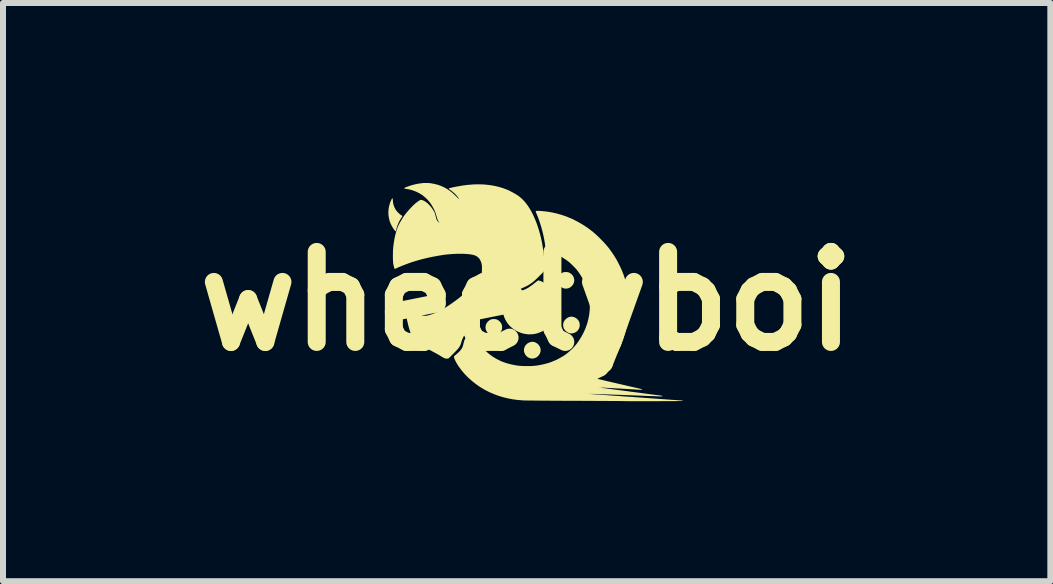
<source format=kicad_pcb>
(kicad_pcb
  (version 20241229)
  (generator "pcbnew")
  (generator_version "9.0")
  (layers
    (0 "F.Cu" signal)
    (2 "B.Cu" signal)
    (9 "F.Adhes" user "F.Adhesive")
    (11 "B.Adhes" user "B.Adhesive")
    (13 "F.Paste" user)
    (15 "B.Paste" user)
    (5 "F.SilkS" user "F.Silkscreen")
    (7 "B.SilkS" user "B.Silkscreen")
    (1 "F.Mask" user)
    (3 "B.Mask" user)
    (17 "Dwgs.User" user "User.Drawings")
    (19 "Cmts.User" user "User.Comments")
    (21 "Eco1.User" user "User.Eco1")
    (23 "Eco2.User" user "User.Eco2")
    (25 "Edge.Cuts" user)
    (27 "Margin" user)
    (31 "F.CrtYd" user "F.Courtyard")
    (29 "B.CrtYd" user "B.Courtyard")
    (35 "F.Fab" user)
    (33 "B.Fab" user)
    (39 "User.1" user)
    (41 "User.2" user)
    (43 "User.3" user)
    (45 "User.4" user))
  (footprint "wheelyboi"
    (layer "F.Cu")
    (at 5.729 1.971)
    (property "Reference" "wheelyboi" (at 0 0 0) (layer "F.SilkS") (effects (font (size 1.5 1.5) (thickness 0.3))))
    (attr board_only exclude_from_pos_files exclude_from_bom)
    (fp_poly (pts (xy 0.122 0.679) (xy 0.148 0.688) (xy 0.173 0.703) (xy 0.188 0.715) (xy 0.205 0.735) (xy 0.219 0.757) (xy 0.228 0.782) (xy 0.232 0.807) (xy 0.232 0.832) (xy 0.231 0.836) (xy 0.222 0.865) (xy 0.209 0.891) (xy 0.191 0.912) (xy 0.17 0.931) (xy 0.146 0.944) (xy 0.119 0.952) (xy 0.105 0.955) (xy 0.094 0.956) (xy 0.083 0.955) (xy 0.07 0.953) (xy 0.063 0.952) (xy 0.037 0.943) (xy 0.013 0.929) (xy -0.008 0.91) (xy -0.025 0.888) (xy -0.037 0.863) (xy -0.045 0.835) (xy -0.045 0.835) (xy -0.046 0.806) (xy -0.041 0.779) (xy -0.031 0.753) (xy -0.014 0.729) (xy -0.006 0.72) (xy 0.017 0.701) (xy 0.042 0.687) (xy 0.068 0.679) (xy 0.095 0.676)) (stroke (width 0) (type solid)) (fill yes) (layer "F.SilkS"))
    (fp_poly (pts (xy 0.776 0.261) (xy 0.802 0.27) (xy 0.825 0.284) (xy 0.844 0.299) (xy 0.862 0.321) (xy 0.875 0.344) (xy 0.882 0.37) (xy 0.884 0.396) (xy 0.882 0.424) (xy 0.875 0.448) (xy 0.863 0.471) (xy 0.845 0.494) (xy 0.823 0.512) (xy 0.797 0.526) (xy 0.77 0.534) (xy 0.767 0.535) (xy 0.754 0.536) (xy 0.745 0.537) (xy 0.736 0.536) (xy 0.725 0.535) (xy 0.716 0.533) (xy 0.693 0.525) (xy 0.672 0.513) (xy 0.651 0.496) (xy 0.647 0.492) (xy 0.63 0.472) (xy 0.618 0.451) (xy 0.611 0.427) (xy 0.609 0.419) (xy 0.607 0.39) (xy 0.611 0.363) (xy 0.621 0.337) (xy 0.637 0.313) (xy 0.652 0.297) (xy 0.673 0.28) (xy 0.695 0.268) (xy 0.721 0.26) (xy 0.725 0.259) (xy 0.75 0.257)) (stroke (width 0) (type solid)) (fill yes) (layer "F.SilkS"))
    (fp_poly (pts (xy -0.541 0.297) (xy -0.514 0.3) (xy -0.492 0.307) (xy -0.471 0.319) (xy -0.451 0.337) (xy -0.45 0.337) (xy -0.432 0.359) (xy -0.419 0.381) (xy -0.412 0.406) (xy -0.41 0.423) (xy -0.41 0.451) (xy -0.415 0.476) (xy -0.424 0.498) (xy -0.439 0.519) (xy -0.45 0.531) (xy -0.471 0.55) (xy -0.494 0.563) (xy -0.518 0.571) (xy -0.523 0.572) (xy -0.537 0.574) (xy -0.548 0.575) (xy -0.559 0.574) (xy -0.573 0.571) (xy -0.577 0.57) (xy -0.604 0.562) (xy -0.627 0.548) (xy -0.648 0.53) (xy -0.664 0.509) (xy -0.677 0.485) (xy -0.685 0.459) (xy -0.687 0.432) (xy -0.685 0.414) (xy -0.677 0.385) (xy -0.664 0.36) (xy -0.645 0.338) (xy -0.643 0.336) (xy -0.623 0.319) (xy -0.603 0.307) (xy -0.583 0.3) (xy -0.56 0.297)) (stroke (width 0) (type solid)) (fill yes) (layer "F.SilkS"))
    (fp_poly (pts (xy 0.669 -0.486) (xy 0.68 -0.485) (xy 0.689 -0.484) (xy 0.696 -0.482) (xy 0.705 -0.478) (xy 0.713 -0.474) (xy 0.737 -0.459) (xy 0.758 -0.44) (xy 0.774 -0.418) (xy 0.785 -0.393) (xy 0.792 -0.367) (xy 0.793 -0.34) (xy 0.788 -0.313) (xy 0.784 -0.302) (xy 0.772 -0.277) (xy 0.754 -0.255) (xy 0.733 -0.236) (xy 0.708 -0.222) (xy 0.701 -0.219) (xy 0.684 -0.214) (xy 0.664 -0.211) (xy 0.643 -0.211) (xy 0.626 -0.212) (xy 0.625 -0.213) (xy 0.601 -0.221) (xy 0.577 -0.234) (xy 0.556 -0.252) (xy 0.554 -0.254) (xy 0.537 -0.275) (xy 0.526 -0.295) (xy 0.519 -0.317) (xy 0.516 -0.341) (xy 0.516 -0.359) (xy 0.517 -0.375) (xy 0.52 -0.387) (xy 0.524 -0.399) (xy 0.527 -0.407) (xy 0.541 -0.43) (xy 0.56 -0.451) (xy 0.581 -0.468) (xy 0.596 -0.476) (xy 0.606 -0.48) (xy 0.614 -0.483) (xy 0.622 -0.485) (xy 0.632 -0.486) (xy 0.646 -0.486) (xy 0.653 -0.486)) (stroke (width 0) (type solid)) (fill yes) (layer "F.SilkS"))
    (fp_poly (pts (xy -2.235 -1.713) (xy -2.233 -1.703) (xy -2.232 -1.688) (xy -2.231 -1.681) (xy -2.227 -1.64) (xy -2.218 -1.602) (xy -2.205 -1.566) (xy -2.186 -1.531) (xy -2.174 -1.513) (xy -2.159 -1.494) (xy -2.141 -1.475) (xy -2.121 -1.456) (xy -2.102 -1.441) (xy -2.09 -1.433) (xy -2.079 -1.427) (xy -2.073 -1.421) (xy -2.071 -1.418) (xy -2.074 -1.414) (xy -2.079 -1.406) (xy -2.086 -1.395) (xy -2.095 -1.383) (xy -2.095 -1.382) (xy -2.119 -1.342) (xy -2.141 -1.298) (xy -2.158 -1.251) (xy -2.172 -1.206) (xy -2.174 -1.195) (xy -2.177 -1.18) (xy -2.181 -1.171) (xy -2.184 -1.166) (xy -2.188 -1.167) (xy -2.193 -1.171) (xy -2.196 -1.175) (xy -2.215 -1.2) (xy -2.234 -1.229) (xy -2.252 -1.261) (xy -2.268 -1.293) (xy -2.28 -1.325) (xy -2.283 -1.332) (xy -2.296 -1.383) (xy -2.304 -1.435) (xy -2.306 -1.488) (xy -2.302 -1.54) (xy -2.292 -1.592) (xy -2.277 -1.643) (xy -2.256 -1.691) (xy -2.254 -1.696) (xy -2.247 -1.708) (xy -2.241 -1.715) (xy -2.238 -1.717)) (stroke (width 0) (type solid)) (fill yes) (layer "F.SilkS"))
    (fp_poly (pts (xy 0.204 -0.345) (xy 0.217 -0.342) (xy 0.233 -0.336) (xy 0.249 -0.329) (xy 0.265 -0.321) (xy 0.27 -0.318) (xy 0.314 -0.29) (xy 0.354 -0.257) (xy 0.39 -0.219) (xy 0.422 -0.178) (xy 0.449 -0.133) (xy 0.47 -0.084) (xy 0.48 -0.056) (xy 0.489 -0.023) (xy 0.496 0.014) (xy 0.501 0.052) (xy 0.503 0.091) (xy 0.503 0.128) (xy 0.501 0.162) (xy 0.497 0.188) (xy 0.484 0.237) (xy 0.465 0.285) (xy 0.441 0.33) (xy 0.412 0.372) (xy 0.379 0.41) (xy 0.341 0.445) (xy 0.301 0.476) (xy 0.257 0.502) (xy 0.21 0.523) (xy 0.161 0.539) (xy 0.13 0.545) (xy 0.111 0.548) (xy 0.088 0.55) (xy 0.064 0.551) (xy 0.04 0.552) (xy 0.019 0.551) (xy 0.008 0.55) (xy -0.048 0.541) (xy -0.1 0.526) (xy -0.149 0.506) (xy -0.196 0.481) (xy -0.238 0.451) (xy -0.277 0.417) (xy -0.312 0.377) (xy -0.333 0.347) (xy -0.357 0.306) (xy -0.376 0.262) (xy -0.391 0.214) (xy -0.399 0.177) (xy -0.4 0.162) (xy -0.402 0.144) (xy -0.402 0.123) (xy -0.403 0.101) (xy -0.402 0.079) (xy -0.402 0.059) (xy -0.4 0.041) (xy -0.399 0.028) (xy -0.397 0.021) (xy -0.395 0.017) (xy -0.393 0.013) (xy -0.389 0.008) (xy -0.382 0.002) (xy -0.374 -0.005) (xy -0.362 -0.014) (xy -0.346 -0.025) (xy -0.326 -0.039) (xy -0.307 -0.052) (xy -0.257 -0.086) (xy -0.21 -0.115) (xy -0.167 -0.139) (xy -0.126 -0.159) (xy -0.089 -0.175) (xy -0.068 -0.183) (xy -0.046 -0.19) (xy -0.025 -0.199) (xy -0.005 -0.208) (xy 0.015 -0.219) (xy 0.037 -0.232) (xy 0.059 -0.248) (xy 0.085 -0.266) (xy 0.113 -0.287) (xy 0.145 -0.313) (xy 0.149 -0.316) (xy 0.167 -0.33) (xy 0.18 -0.34) (xy 0.19 -0.345) (xy 0.195 -0.347)) (stroke (width 0) (type solid)) (fill yes) (layer "F.SilkS"))
    (fp_poly (pts (xy -1.677 -1.971) (xy -1.658 -1.971) (xy -1.639 -1.97) (xy -1.622 -1.969) (xy -1.607 -1.968) (xy -1.597 -1.966) (xy -1.536 -1.955) (xy -1.478 -1.94) (xy -1.423 -1.92) (xy -1.372 -1.896) (xy -1.337 -1.877) (xy -1.304 -1.856) (xy -1.272 -1.833) (xy -1.24 -1.808) (xy -1.208 -1.779) (xy -1.173 -1.745) (xy -1.172 -1.745) (xy -1.155 -1.727) (xy -1.142 -1.715) (xy -1.133 -1.707) (xy -1.128 -1.703) (xy -1.127 -1.703) (xy -1.129 -1.708) (xy -1.134 -1.716) (xy -1.143 -1.729) (xy -1.146 -1.734) (xy -1.171 -1.765) (xy -1.201 -1.796) (xy -1.237 -1.827) (xy -1.274 -1.855) (xy -1.287 -1.864) (xy -1.296 -1.872) (xy -1.299 -1.877) (xy -1.299 -1.878) (xy -1.296 -1.882) (xy -1.286 -1.886) (xy -1.275 -1.888) (xy -1.259 -1.892) (xy -1.238 -1.897) (xy -1.214 -1.902) (xy -1.189 -1.907) (xy -1.163 -1.912) (xy -1.139 -1.916) (xy -1.117 -1.92) (xy -1.1 -1.923) (xy -1.097 -1.924) (xy -1.081 -1.926) (xy -1.065 -1.929) (xy -1.051 -1.931) (xy -1.045 -1.931) (xy -1.035 -1.933) (xy -1.021 -1.935) (xy -1.003 -1.937) (xy -0.985 -1.939) (xy -0.983 -1.939) (xy -0.889 -1.947) (xy -0.798 -1.949) (xy -0.71 -1.946) (xy -0.624 -1.937) (xy -0.541 -1.924) (xy -0.46 -1.905) (xy -0.383 -1.881) (xy -0.309 -1.852) (xy -0.239 -1.817) (xy -0.171 -1.778) (xy -0.133 -1.752) (xy -0.093 -1.72) (xy -0.054 -1.682) (xy -0.016 -1.639) (xy 0.02 -1.59) (xy 0.054 -1.537) (xy 0.087 -1.479) (xy 0.117 -1.416) (xy 0.146 -1.35) (xy 0.173 -1.28) (xy 0.197 -1.207) (xy 0.219 -1.131) (xy 0.239 -1.052) (xy 0.256 -0.97) (xy 0.27 -0.886) (xy 0.281 -0.801) (xy 0.29 -0.714) (xy 0.292 -0.684) (xy 0.293 -0.66) (xy 0.295 -0.634) (xy 0.296 -0.609) (xy 0.298 -0.585) (xy 0.298 -0.566) (xy 0.298 -0.565) (xy 0.3 -0.516) (xy 0.284 -0.496) (xy 0.274 -0.485) (xy 0.261 -0.471) (xy 0.245 -0.454) (xy 0.226 -0.435) (xy 0.207 -0.416) (xy 0.187 -0.396) (xy 0.167 -0.377) (xy 0.149 -0.36) (xy 0.132 -0.345) (xy 0.119 -0.333) (xy 0.113 -0.327) (xy 0.088 -0.308) (xy 0.064 -0.292) (xy 0.04 -0.276) (xy 0.015 -0.261) (xy -0.013 -0.247) (xy -0.043 -0.233) (xy -0.078 -0.217) (xy -0.107 -0.205) (xy -0.136 -0.193) (xy -0.16 -0.183) (xy -0.182 -0.173) (xy -0.202 -0.163) (xy -0.221 -0.153) (xy -0.24 -0.143) (xy -0.259 -0.131) (xy -0.28 -0.118) (xy -0.302 -0.103) (xy -0.328 -0.085) (xy -0.358 -0.064) (xy -0.369 -0.057) (xy -0.453 0.004) (xy -0.532 0.063) (xy -0.607 0.121) (xy -0.677 0.179) (xy -0.742 0.234) (xy -0.802 0.289) (xy -0.856 0.342) (xy -0.905 0.393) (xy -0.949 0.442) (xy -0.977 0.477) (xy -1.007 0.517) (xy -1.033 0.556) (xy -1.054 0.593) (xy -1.071 0.63) (xy -1.085 0.667) (xy -1.091 0.688) (xy -1.101 0.719) (xy -1.113 0.747) (xy -1.13 0.773) (xy -1.137 0.783) (xy -1.143 0.79) (xy -1.152 0.801) (xy -1.165 0.814) (xy -1.179 0.829) (xy -1.195 0.846) (xy -1.212 0.863) (xy -1.229 0.88) (xy -1.245 0.897) (xy -1.261 0.913) (xy -1.275 0.927) (xy -1.287 0.938) (xy -1.296 0.947) (xy -1.302 0.952) (xy -1.303 0.952) (xy -1.311 0.954) (xy -1.323 0.956) (xy -1.337 0.956) (xy -1.35 0.955) (xy -1.361 0.953) (xy -1.367 0.951) (xy -1.375 0.948) (xy -1.387 0.941) (xy -1.402 0.932) (xy -1.422 0.921) (xy -1.446 0.906) (xy -1.467 0.893) (xy -1.48 0.886) (xy -1.497 0.877) (xy -1.515 0.866) (xy -1.534 0.856) (xy -1.545 0.851) (xy -1.602 0.82) (xy -1.656 0.79) (xy -1.705 0.76) (xy -1.749 0.732) (xy -1.789 0.704) (xy -1.824 0.678) (xy -1.854 0.653) (xy -1.878 0.629) (xy -1.897 0.607) (xy -1.911 0.587) (xy -1.912 0.584) (xy -1.924 0.558) (xy -1.935 0.529) (xy -1.947 0.495) (xy -1.959 0.456) (xy -1.971 0.413) (xy -1.983 0.363) (xy -1.996 0.308) (xy -2.003 0.275) (xy -2.008 0.254) (xy -2.012 0.235) (xy -2.016 0.217) (xy -2.019 0.204) (xy -2.021 0.195) (xy -2.022 0.192) (xy -2.025 0.176) (xy -2.024 0.165) (xy -2.02 0.156) (xy -2.018 0.154) (xy -2.009 0.147) (xy -1.995 0.14) (xy -1.98 0.132) (xy -1.963 0.126) (xy -1.954 0.123) (xy -1.943 0.121) (xy -1.933 0.12) (xy -1.924 0.12) (xy -1.914 0.124) (xy -1.902 0.129) (xy -1.889 0.138) (xy -1.873 0.151) (xy -1.852 0.167) (xy -1.852 0.167) (xy -1.825 0.188) (xy -1.802 0.205) (xy -1.781 0.218) (xy -1.762 0.228) (xy -1.749 0.233) (xy -1.737 0.238) (xy -1.726 0.24) (xy -1.713 0.242) (xy -1.697 0.242) (xy -1.697 0.242) (xy -1.685 0.242) (xy -1.675 0.242) (xy -1.666 0.24) (xy -1.655 0.238) (xy -1.642 0.235) (xy -1.626 0.231) (xy -1.61 0.226) (xy -1.564 0.211) (xy -1.516 0.191) (xy -1.465 0.167) (xy -1.412 0.138) (xy -1.356 0.106) (xy -1.3 0.07) (xy -1.242 0.031) (xy -1.184 -0.011) (xy -1.126 -0.055) (xy -1.068 -0.102) (xy -1.012 -0.15) (xy -0.956 -0.201) (xy -0.91 -0.245) (xy -0.882 -0.273) (xy -0.858 -0.297) (xy -0.838 -0.319) (xy -0.82 -0.339) (xy -0.805 -0.357) (xy -0.791 -0.375) (xy -0.786 -0.381) (xy -0.774 -0.398) (xy -0.765 -0.414) (xy -0.758 -0.431) (xy -0.753 -0.448) (xy -0.749 -0.468) (xy -0.747 -0.491) (xy -0.746 -0.519) (xy -0.746 -0.542) (xy -0.746 -0.564) (xy -0.746 -0.58) (xy -0.747 -0.593) (xy -0.748 -0.604) (xy -0.75 -0.614) (xy -0.752 -0.624) (xy -0.754 -0.632) (xy -0.766 -0.667) (xy -0.781 -0.697) (xy -0.8 -0.722) (xy -0.823 -0.742) (xy -0.85 -0.758) (xy -0.872 -0.767) (xy -0.899 -0.774) (xy -0.932 -0.78) (xy -0.969 -0.785) (xy -1.01 -0.788) (xy -1.055 -0.791) (xy -1.102 -0.791) (xy -1.152 -0.791) (xy -1.203 -0.789) (xy -1.254 -0.786) (xy -1.305 -0.782) (xy -1.356 -0.777) (xy -1.389 -0.772) (xy -1.476 -0.758) (xy -1.563 -0.742) (xy -1.649 -0.724) (xy -1.733 -0.704) (xy -1.813 -0.682) (xy -1.889 -0.659) (xy -1.921 -0.649) (xy -1.957 -0.636) (xy -1.995 -0.622) (xy -2.031 -0.609) (xy -2.063 -0.596) (xy -2.067 -0.595) (xy -2.088 -0.586) (xy -2.105 -0.579) (xy -2.121 -0.573) (xy -2.137 -0.566) (xy -2.154 -0.558) (xy -2.175 -0.548) (xy -2.187 -0.543) (xy -2.195 -0.54) (xy -2.199 -0.54) (xy -2.202 -0.541) (xy -2.205 -0.546) (xy -2.208 -0.557) (xy -2.212 -0.571) (xy -2.216 -0.587) (xy -2.22 -0.605) (xy -2.224 -0.624) (xy -2.226 -0.636) (xy -2.227 -0.65) (xy -2.228 -0.67) (xy -2.229 -0.694) (xy -2.23 -0.72) (xy -2.23 -0.749) (xy -2.23 -0.779) (xy -2.229 -0.808) (xy -2.229 -0.837) (xy -2.227 -0.863) (xy -2.226 -0.886) (xy -2.224 -0.904) (xy -2.224 -0.905) (xy -2.215 -0.975) (xy -2.204 -1.04) (xy -2.192 -1.098) (xy -2.178 -1.152) (xy -2.163 -1.2) (xy -2.147 -1.243) (xy -2.137 -1.265) (xy -2.126 -1.288) (xy -2.112 -1.313) (xy -2.095 -1.341) (xy -2.078 -1.37) (xy -2.06 -1.398) (xy -2.043 -1.424) (xy -2.027 -1.446) (xy -2.021 -1.453) (xy -1.994 -1.487) (xy -1.965 -1.52) (xy -1.936 -1.552) (xy -1.907 -1.582) (xy -1.879 -1.609) (xy -1.851 -1.634) (xy -1.825 -1.654) (xy -1.802 -1.671) (xy -1.781 -1.683) (xy -1.781 -1.684) (xy -1.771 -1.688) (xy -1.764 -1.69) (xy -1.756 -1.689) (xy -1.749 -1.688) (xy -1.723 -1.679) (xy -1.696 -1.665) (xy -1.668 -1.646) (xy -1.641 -1.622) (xy -1.614 -1.594) (xy -1.588 -1.563) (xy -1.564 -1.528) (xy -1.555 -1.514) (xy -1.547 -1.5) (xy -1.54 -1.487) (xy -1.534 -1.475) (xy -1.529 -1.461) (xy -1.525 -1.445) (xy -1.519 -1.424) (xy -1.515 -1.406) (xy -1.508 -1.38) (xy -1.5 -1.359) (xy -1.491 -1.343) (xy -1.481 -1.329) (xy -1.476 -1.324) (xy -1.468 -1.317) (xy -1.462 -1.312) (xy -1.458 -1.309) (xy -1.457 -1.31) (xy -1.459 -1.314) (xy -1.46 -1.315) (xy -1.469 -1.328) (xy -1.478 -1.346) (xy -1.488 -1.368) (xy -1.496 -1.393) (xy -1.503 -1.416) (xy -1.51 -1.442) (xy -1.517 -1.465) (xy -1.524 -1.484) (xy -1.532 -1.503) (xy -1.54 -1.522) (xy -1.547 -1.536) (xy -1.577 -1.591) (xy -1.61 -1.641) (xy -1.647 -1.686) (xy -1.119 -1.686) (xy -1.117 -1.685) (xy -1.116 -1.686) (xy -1.117 -1.688) (xy -1.119 -1.686) (xy -1.647 -1.686) (xy -1.647 -1.686) (xy -1.688 -1.727) (xy -1.734 -1.764) (xy -1.753 -1.778) (xy -1.797 -1.804) (xy -1.845 -1.827) (xy -1.896 -1.847) (xy -1.948 -1.862) (xy -1.999 -1.871) (xy -2.005 -1.872) (xy -2.021 -1.875) (xy -2.033 -1.877) (xy -2.04 -1.88) (xy -2.042 -1.883) (xy -2.04 -1.887) (xy -2.032 -1.892) (xy -2.019 -1.898) (xy -2.001 -1.905) (xy -1.977 -1.914) (xy -1.953 -1.922) (xy -1.925 -1.931) (xy -1.895 -1.94) (xy -1.865 -1.947) (xy -1.836 -1.954) (xy -1.808 -1.959) (xy -1.784 -1.963) (xy -1.764 -1.965) (xy -1.755 -1.966) (xy -1.746 -1.967) (xy -1.74 -1.968) (xy -1.739 -1.969) (xy -1.735 -1.97) (xy -1.725 -1.971) (xy -1.712 -1.971) (xy -1.696 -1.971)) (stroke (width 0) (type solid)) (fill yes) (layer "F.SilkS"))
    (fp_poly (pts (xy 0.2 -1.506) (xy 0.223 -1.505) (xy 0.247 -1.503) (xy 0.274 -1.501) (xy 0.301 -1.498) (xy 0.329 -1.495) (xy 0.356 -1.491) (xy 0.382 -1.487) (xy 0.406 -1.483) (xy 0.414 -1.482) (xy 0.453 -1.473) (xy 0.494 -1.464) (xy 0.534 -1.453) (xy 0.575 -1.441) (xy 0.613 -1.429) (xy 0.648 -1.417) (xy 0.68 -1.405) (xy 0.702 -1.395) (xy 0.709 -1.392) (xy 0.714 -1.391) (xy 0.714 -1.391) (xy 0.719 -1.389) (xy 0.729 -1.385) (xy 0.743 -1.379) (xy 0.76 -1.371) (xy 0.779 -1.362) (xy 0.8 -1.351) (xy 0.821 -1.34) (xy 0.843 -1.329) (xy 0.864 -1.317) (xy 0.883 -1.307) (xy 0.9 -1.297) (xy 0.908 -1.292) (xy 0.965 -1.257) (xy 1.018 -1.221) (xy 1.068 -1.184) (xy 1.115 -1.146) (xy 1.163 -1.104) (xy 1.212 -1.058) (xy 1.228 -1.041) (xy 1.267 -1.002) (xy 1.301 -0.965) (xy 1.333 -0.929) (xy 1.362 -0.894) (xy 1.39 -0.857) (xy 1.418 -0.817) (xy 1.436 -0.791) (xy 1.457 -0.76) (xy 1.474 -0.732) (xy 1.49 -0.706) (xy 1.505 -0.679) (xy 1.52 -0.651) (xy 1.536 -0.619) (xy 1.544 -0.605) (xy 1.561 -0.569) (xy 1.576 -0.536) (xy 1.59 -0.505) (xy 1.602 -0.474) (xy 1.614 -0.443) (xy 1.626 -0.408) (xy 1.638 -0.37) (xy 1.644 -0.352) (xy 1.654 -0.315) (xy 1.665 -0.273) (xy 1.674 -0.228) (xy 1.683 -0.181) (xy 1.691 -0.134) (xy 1.696 -0.098) (xy 1.701 -0.048) (xy 1.704 0.007) (xy 1.705 0.064) (xy 1.704 0.123) (xy 1.701 0.182) (xy 1.697 0.241) (xy 1.69 0.297) (xy 1.683 0.349) (xy 1.675 0.388) (xy 1.673 0.398) (xy 1.67 0.411) (xy 1.667 0.425) (xy 1.661 0.452) (xy 1.653 0.483) (xy 1.645 0.515) (xy 1.637 0.543) (xy 1.608 0.637) (xy 1.573 0.728) (xy 1.534 0.815) (xy 1.491 0.899) (xy 1.444 0.978) (xy 1.393 1.053) (xy 1.338 1.123) (xy 1.3 1.165) (xy 1.279 1.188) (xy 1.255 1.212) (xy 1.23 1.235) (xy 1.207 1.256) (xy 1.186 1.274) (xy 1.184 1.276) (xy 1.175 1.283) (xy 1.17 1.288) (xy 1.169 1.291) (xy 1.171 1.292) (xy 1.173 1.292) (xy 1.178 1.293) (xy 1.188 1.296) (xy 1.202 1.299) (xy 1.219 1.303) (xy 1.233 1.306) (xy 1.253 1.311) (xy 1.273 1.316) (xy 1.291 1.32) (xy 1.306 1.324) (xy 1.313 1.325) (xy 1.332 1.33) (xy 1.358 1.336) (xy 1.389 1.343) (xy 1.425 1.351) (xy 1.465 1.361) (xy 1.469 1.361) (xy 1.517 1.373) (xy 1.562 1.383) (xy 1.59 1.389) (xy 1.605 1.393) (xy 1.621 1.397) (xy 1.629 1.398) (xy 1.641 1.401) (xy 1.656 1.405) (xy 1.673 1.409) (xy 1.683 1.411) (xy 1.698 1.415) (xy 1.713 1.418) (xy 1.724 1.421) (xy 1.73 1.422) (xy 1.739 1.424) (xy 1.751 1.427) (xy 1.766 1.43) (xy 1.771 1.431) (xy 1.787 1.435) (xy 1.806 1.439) (xy 1.824 1.443) (xy 1.831 1.445) (xy 1.849 1.449) (xy 1.867 1.453) (xy 1.883 1.457) (xy 1.889 1.458) (xy 1.902 1.461) (xy 1.912 1.465) (xy 1.919 1.468) (xy 1.92 1.469) (xy 1.925 1.472) (xy 1.927 1.473) (xy 1.928 1.474) (xy 1.927 1.475) (xy 1.923 1.475) (xy 1.919 1.475) (xy 1.91 1.475) (xy 1.9 1.475) (xy 1.889 1.475) (xy 1.874 1.475) (xy 1.856 1.474) (xy 1.837 1.473) (xy 1.829 1.472) (xy 1.812 1.471) (xy 1.79 1.47) (xy 1.765 1.468) (xy 1.738 1.467) (xy 1.712 1.465) (xy 1.697 1.464) (xy 1.671 1.463) (xy 1.644 1.461) (xy 1.617 1.46) (xy 1.592 1.458) (xy 1.571 1.457) (xy 1.561 1.456) (xy 1.541 1.455) (xy 1.521 1.454) (xy 1.503 1.453) (xy 1.489 1.452) (xy 1.483 1.452) (xy 1.472 1.451) (xy 1.456 1.45) (xy 1.436 1.449) (xy 1.416 1.448) (xy 1.399 1.447) (xy 1.378 1.446) (xy 1.358 1.445) (xy 1.341 1.444) (xy 1.326 1.443) (xy 1.318 1.442) (xy 1.306 1.442) (xy 1.291 1.441) (xy 1.276 1.44) (xy 1.261 1.439) (xy 1.246 1.439) (xy 1.234 1.439) (xy 1.226 1.439) (xy 1.222 1.439) (xy 1.222 1.439) (xy 1.227 1.44) (xy 1.236 1.441) (xy 1.25 1.443) (xy 1.266 1.446) (xy 1.277 1.447) (xy 1.367 1.459) (xy 1.419 1.466) (xy 1.444 1.469) (xy 1.47 1.473) (xy 1.495 1.476) (xy 1.517 1.479) (xy 1.534 1.481) (xy 1.538 1.481) (xy 1.551 1.483) (xy 1.568 1.485) (xy 1.586 1.488) (xy 1.597 1.489) (xy 1.631 1.494) (xy 1.659 1.497) (xy 1.682 1.5) (xy 1.701 1.503) (xy 1.716 1.505) (xy 1.728 1.507) (xy 1.738 1.508) (xy 1.746 1.509) (xy 1.752 1.51) (xy 1.764 1.511) (xy 1.782 1.513) (xy 1.806 1.517) (xy 1.835 1.52) (xy 1.87 1.525) (xy 1.909 1.53) (xy 1.919 1.532) (xy 1.932 1.533) (xy 1.95 1.536) (xy 1.967 1.538) (xy 1.977 1.539) (xy 1.994 1.541) (xy 2.013 1.544) (xy 2.029 1.546) (xy 2.036 1.547) (xy 2.049 1.549) (xy 2.063 1.551) (xy 2.081 1.553) (xy 2.103 1.556) (xy 2.129 1.559) (xy 2.155 1.563) (xy 2.167 1.564) (xy 2.183 1.566) (xy 2.201 1.568) (xy 2.217 1.57) (xy 2.233 1.573) (xy 2.246 1.575) (xy 2.256 1.576) (xy 2.26 1.578) (xy 2.261 1.578) (xy 2.263 1.582) (xy 2.26 1.584) (xy 2.253 1.586) (xy 2.24 1.586) (xy 2.223 1.586) (xy 2.184 1.585) (xy 2.146 1.583) (xy 2.11 1.582) (xy 2.077 1.581) (xy 2.047 1.58) (xy 2.021 1.579) (xy 2 1.578) (xy 1.984 1.577) (xy 1.975 1.577) (xy 1.964 1.576) (xy 1.948 1.576) (xy 1.928 1.575) (xy 1.905 1.574) (xy 1.881 1.573) (xy 1.856 1.572) (xy 1.855 1.572) (xy 1.829 1.571) (xy 1.798 1.57) (xy 1.765 1.569) (xy 1.73 1.567) (xy 1.695 1.566) (xy 1.662 1.565) (xy 1.647 1.564) (xy 1.615 1.563) (xy 1.579 1.562) (xy 1.542 1.56) (xy 1.506 1.559) (xy 1.471 1.558) (xy 1.441 1.557) (xy 1.43 1.556) (xy 1.4 1.555) (xy 1.365 1.554) (xy 1.328 1.553) (xy 1.291 1.551) (xy 1.256 1.55) (xy 1.224 1.548) (xy 1.224 1.548) (xy 1.202 1.548) (xy 1.179 1.547) (xy 1.156 1.546) (xy 1.134 1.545) (xy 1.114 1.545) (xy 1.095 1.545) (xy 1.079 1.544) (xy 1.067 1.544) (xy 1.058 1.545) (xy 1.053 1.545) (xy 1.054 1.545) (xy 1.06 1.546) (xy 1.061 1.546) (xy 1.069 1.547) (xy 1.081 1.547) (xy 1.096 1.549) (xy 1.114 1.55) (xy 1.122 1.55) (xy 1.14 1.552) (xy 1.158 1.553) (xy 1.173 1.554) (xy 1.185 1.555) (xy 1.188 1.555) (xy 1.197 1.556) (xy 1.211 1.557) (xy 1.228 1.558) (xy 1.246 1.559) (xy 1.253 1.56) (xy 1.274 1.561) (xy 1.297 1.563) (xy 1.319 1.564) (xy 1.338 1.566) (xy 1.341 1.566) (xy 1.356 1.567) (xy 1.376 1.569) (xy 1.399 1.57) (xy 1.423 1.572) (xy 1.446 1.573) (xy 1.449 1.574) (xy 1.479 1.576) (xy 1.505 1.577) (xy 1.527 1.579) (xy 1.546 1.58) (xy 1.564 1.582) (xy 1.581 1.583) (xy 1.605 1.585) (xy 1.631 1.587) (xy 1.657 1.589) (xy 1.681 1.59) (xy 1.701 1.592) (xy 1.71 1.592) (xy 1.726 1.593) (xy 1.745 1.595) (xy 1.765 1.596) (xy 1.775 1.597) (xy 1.792 1.598) (xy 1.812 1.6) (xy 1.835 1.601) (xy 1.856 1.603) (xy 1.861 1.603) (xy 1.887 1.605) (xy 1.918 1.607) (xy 1.952 1.61) (xy 1.987 1.612) (xy 2.023 1.615) (xy 2.057 1.617) (xy 2.083 1.619) (xy 2.102 1.62) (xy 2.121 1.622) (xy 2.138 1.623) (xy 2.15 1.624) (xy 2.165 1.625) (xy 2.18 1.626) (xy 2.193 1.627) (xy 2.194 1.627) (xy 2.203 1.628) (xy 2.217 1.629) (xy 2.234 1.63) (xy 2.252 1.631) (xy 2.258 1.631) (xy 2.279 1.633) (xy 2.302 1.634) (xy 2.324 1.636) (xy 2.343 1.638) (xy 2.344 1.638) (xy 2.359 1.639) (xy 2.379 1.64) (xy 2.402 1.642) (xy 2.426 1.644) (xy 2.45 1.645) (xy 2.455 1.646) (xy 2.477 1.647) (xy 2.497 1.648) (xy 2.515 1.65) (xy 2.53 1.651) (xy 2.54 1.652) (xy 2.542 1.652) (xy 2.555 1.653) (xy 2.569 1.654) (xy 2.577 1.654) (xy 2.591 1.656) (xy 2.6 1.658) (xy 2.602 1.662) (xy 2.602 1.663) (xy 2.599 1.663) (xy 2.589 1.663) (xy 2.575 1.664) (xy 2.555 1.664) (xy 2.531 1.664) (xy 2.503 1.664) (xy 2.471 1.665) (xy 2.435 1.665) (xy 2.397 1.665) (xy 2.356 1.665) (xy 2.312 1.665) (xy 2.267 1.665) (xy 2.221 1.666) (xy 2.173 1.666) (xy 2.126 1.666) (xy 2.077 1.666) (xy 2.03 1.666) (xy 1.983 1.666) (xy 1.937 1.666) (xy 1.892 1.666) (xy 1.85 1.666) (xy 1.809 1.666) (xy 1.772 1.666) (xy 1.738 1.666) (xy 1.707 1.666) (xy 1.68 1.666) (xy 1.657 1.665) (xy 1.64 1.665) (xy 1.627 1.665) (xy 1.62 1.665) (xy 1.619 1.665) (xy 1.615 1.664) (xy 1.606 1.664) (xy 1.591 1.664) (xy 1.571 1.664) (xy 1.545 1.664) (xy 1.515 1.663) (xy 1.48 1.663) (xy 1.44 1.663) (xy 1.396 1.663) (xy 1.348 1.662) (xy 1.297 1.662) (xy 1.242 1.662) (xy 1.185 1.662) (xy 1.124 1.661) (xy 1.061 1.661) (xy 0.995 1.661) (xy 0.927 1.66) (xy 0.858 1.66) (xy 0.811 1.66) (xy 0.737 1.659) (xy 0.665 1.659) (xy 0.594 1.659) (xy 0.526 1.658) (xy 0.46 1.658) (xy 0.397 1.658) (xy 0.336 1.657) (xy 0.279 1.657) (xy 0.226 1.657) (xy 0.176 1.656) (xy 0.131 1.656) (xy 0.089 1.655) (xy 0.052 1.655) (xy 0.02 1.655) (xy -0.006 1.654) (xy -0.028 1.654) (xy -0.044 1.654) (xy -0.053 1.653) (xy -0.055 1.653) (xy -0.145 1.646) (xy -0.231 1.635) (xy -0.314 1.619) (xy -0.396 1.599) (xy -0.477 1.574) (xy -0.546 1.548) (xy -0.56 1.542) (xy 1.016 1.542) (xy 1.019 1.543) (xy 1.027 1.543) (xy 1.027 1.543) (xy 1.035 1.543) (xy 1.039 1.542) (xy 1.037 1.542) (xy 1.027 1.541) (xy 1.018 1.542) (xy 1.016 1.542) (xy -0.56 1.542) (xy -0.567 1.539) (xy 0.959 1.539) (xy 0.961 1.541) (xy 0.963 1.539) (xy 0.962 1.539) (xy 0.97 1.539) (xy 0.97 1.541) (xy 0.972 1.541) (xy 0.975 1.54) (xy 0.974 1.539) (xy 0.97 1.538) (xy 0.97 1.539) (xy 0.962 1.539) (xy 0.961 1.538) (xy 0.959 1.539) (xy -0.567 1.539) (xy -0.625 1.514) (xy -0.701 1.475) (xy -0.766 1.436) (xy 1.195 1.436) (xy 1.199 1.437) (xy 1.203 1.437) (xy 1.21 1.437) (xy 1.212 1.436) (xy 1.21 1.435) (xy 1.201 1.435) (xy 1.196 1.435) (xy 1.195 1.436) (xy -0.766 1.436) (xy -0.775 1.431) (xy -0.845 1.382) (xy -0.912 1.329) (xy -0.975 1.273) (xy -1.034 1.213) (xy -1.087 1.15) (xy -1.136 1.084) (xy -1.147 1.066) (xy -1.164 1.039) (xy -1.179 1.013) (xy -1.191 0.989) (xy -1.201 0.968) (xy -1.208 0.949) (xy -1.212 0.934) (xy -1.212 0.926) (xy -1.211 0.92) (xy -1.208 0.915) (xy -1.203 0.909) (xy -1.194 0.902) (xy -1.189 0.898) (xy -1.16 0.874) (xy -1.134 0.85) (xy -1.111 0.826) (xy -1.092 0.802) (xy -1.078 0.78) (xy -1.072 0.769) (xy -1.065 0.75) (xy -1.058 0.726) (xy -1.051 0.698) (xy -1.049 0.686) (xy -1.039 0.652) (xy -1.024 0.621) (xy -1.004 0.59) (xy -0.978 0.561) (xy -0.968 0.552) (xy -0.955 0.54) (xy -0.942 0.528) (xy -0.928 0.516) (xy -0.916 0.507) (xy -0.905 0.499) (xy -0.898 0.495) (xy -0.895 0.494) (xy -0.892 0.495) (xy -0.889 0.497) (xy -0.886 0.503) (xy -0.882 0.512) (xy -0.876 0.526) (xy -0.872 0.536) (xy -0.843 0.604) (xy -0.809 0.667) (xy -0.771 0.726) (xy -0.728 0.781) (xy -0.681 0.831) (xy -0.629 0.877) (xy -0.573 0.919) (xy -0.513 0.956) (xy -0.484 0.971) (xy -0.468 0.979) (xy -0.453 0.986) (xy -0.441 0.993) (xy -0.432 0.997) (xy -0.43 0.998) (xy -0.37 1.021) (xy -0.309 1.04) (xy -0.245 1.056) (xy -0.178 1.069) (xy -0.132 1.075) (xy -0.081 1.079) (xy -0.028 1.081) (xy 0.027 1.081) (xy 0.081 1.08) (xy 0.133 1.076) (xy 0.182 1.07) (xy 0.189 1.069) (xy 0.257 1.056) (xy 0.325 1.039) (xy 0.369 1.027) (xy 0.385 1.021) (xy 0.405 1.014) (xy 0.428 1.005) (xy 0.452 0.995) (xy 0.476 0.985) (xy 0.499 0.975) (xy 0.518 0.965) (xy 0.526 0.961) (xy 0.579 0.932) (xy 0.627 0.903) (xy 0.671 0.871) (xy 0.713 0.836) (xy 0.755 0.797) (xy 0.766 0.786) (xy 0.787 0.764) (xy 0.804 0.745) (xy 0.82 0.726) (xy 0.835 0.707) (xy 0.851 0.685) (xy 0.867 0.662) (xy 0.911 0.592) (xy 0.949 0.521) (xy 0.981 0.449) (xy 1.007 0.376) (xy 1.027 0.301) (xy 1.042 0.225) (xy 1.05 0.148) (xy 1.052 0.115) (xy 1.052 0.079) (xy 1.051 0.043) (xy 1.048 0.008) (xy 1.044 -0.022) (xy 1.044 -0.023) (xy 1.04 -0.046) (xy 1.036 -0.066) (xy 1.033 -0.084) (xy 1.029 -0.102) (xy 1.024 -0.122) (xy 1.018 -0.145) (xy 1.014 -0.161) (xy 0.993 -0.231) (xy 0.969 -0.296) (xy 0.942 -0.358) (xy 0.91 -0.416) (xy 0.873 -0.473) (xy 0.838 -0.52) (xy 0.828 -0.533) (xy 0.814 -0.548) (xy 0.797 -0.565) (xy 0.779 -0.584) (xy 0.76 -0.603) (xy 0.741 -0.621) (xy 0.724 -0.637) (xy 0.709 -0.65) (xy 0.7 -0.657) (xy 0.68 -0.673) (xy 0.656 -0.69) (xy 0.631 -0.707) (xy 0.605 -0.723) (xy 0.581 -0.738) (xy 0.567 -0.746) (xy 0.517 -0.772) (xy 0.467 -0.795) (xy 0.415 -0.814) (xy 0.363 -0.831) (xy 0.345 -0.836) (xy 0.333 -0.84) (xy 0.325 -0.843) (xy 0.32 -0.847) (xy 0.317 -0.851) (xy 0.316 -0.857) (xy 0.315 -0.865) (xy 0.315 -0.869) (xy 0.304 -0.96) (xy 0.288 -1.053) (xy 0.267 -1.148) (xy 0.241 -1.243) (xy 0.211 -1.337) (xy 0.202 -1.364) (xy 0.197 -1.378) (xy 0.192 -1.39) (xy 0.189 -1.398) (xy 0.188 -1.402) (xy 0.186 -1.407) (xy 0.182 -1.416) (xy 0.176 -1.429) (xy 0.17 -1.445) (xy 0.166 -1.453) (xy 0.159 -1.472) (xy 0.154 -1.485) (xy 0.151 -1.495) (xy 0.15 -1.5) (xy 0.151 -1.503) (xy 0.156 -1.505) (xy 0.166 -1.506) (xy 0.181 -1.506)) (stroke (width 0) (type solid)) (fill yes) (layer "F.SilkS")))
  (gr_rect
    (start -3 -3)
    (end 14.457 6.637)
    (stroke (width 0.1) (type default))
    (fill no)
    (layer "Edge.Cuts")))
</source>
